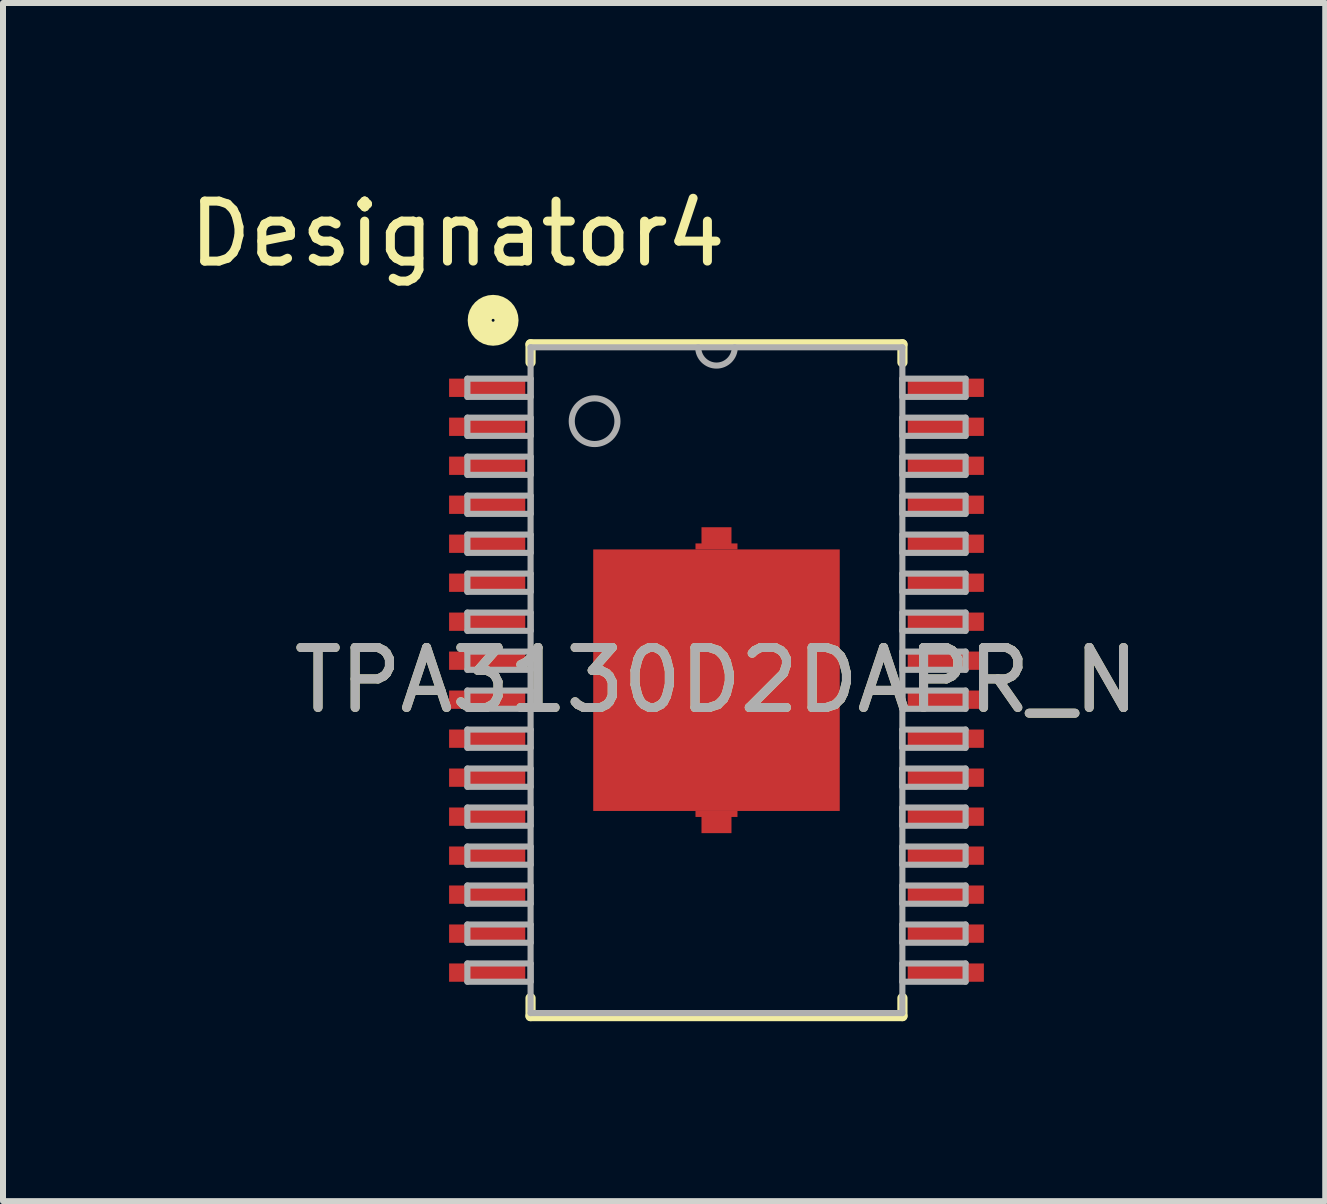
<source format=kicad_pcb>
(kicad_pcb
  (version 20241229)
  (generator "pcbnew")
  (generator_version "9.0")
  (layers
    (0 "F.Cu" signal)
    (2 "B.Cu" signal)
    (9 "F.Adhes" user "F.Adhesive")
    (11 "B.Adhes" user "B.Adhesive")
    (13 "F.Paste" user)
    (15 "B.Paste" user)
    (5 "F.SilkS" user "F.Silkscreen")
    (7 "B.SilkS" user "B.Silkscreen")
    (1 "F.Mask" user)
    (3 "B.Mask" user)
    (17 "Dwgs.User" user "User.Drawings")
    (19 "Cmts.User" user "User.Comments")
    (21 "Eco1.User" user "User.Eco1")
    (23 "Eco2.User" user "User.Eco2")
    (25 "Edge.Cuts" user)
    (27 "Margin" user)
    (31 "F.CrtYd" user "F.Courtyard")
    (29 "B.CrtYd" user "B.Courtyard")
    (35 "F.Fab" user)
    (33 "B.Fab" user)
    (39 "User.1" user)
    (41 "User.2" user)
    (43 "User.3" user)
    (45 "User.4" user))
  (footprint "TPA3130D2DAPR_N"
    (layer "F.Cu")
    (at 8.895 8.29)
    (property "Reference" "TPA3130D2DAPR_N" (at 0 0 0) (unlocked yes) (layer "F.SilkS") (effects (font (size 1 1) (thickness 0.15))))
    (attr smd)
    (fp_poly (pts (xy 0.35 -2.18) (xy -0.35 -2.18) (xy -0.35 -2.28) (xy -0.25 -2.28) (xy -0.25 -2.55) (xy 0.25 -2.55) (xy 0.25 -2.28) (xy 0.35 -2.28)) (stroke (width 0) (type solid)) (fill yes) (layer "F.Cu"))
    (fp_poly (pts (xy 0.35 2.18) (xy -0.35 2.18) (xy -0.35 2.28) (xy -0.25 2.28) (xy -0.25 2.55) (xy 0.25 2.55) (xy 0.25 2.28) (xy 0.35 2.28)) (stroke (width 0) (type solid)) (fill yes) (layer "F.Cu"))
    (fp_line (start -3.1 -5.6) (end 3.1 -5.6) (stroke (width 0.17) (type solid)) (layer "F.SilkS"))
    (fp_line (start -3.1 -5.3) (end -3.1 -5.6) (stroke (width 0.17) (type solid)) (layer "F.SilkS"))
    (fp_line (start -3.1 5.6) (end -3.1 5.3) (stroke (width 0.17) (type solid)) (layer "F.SilkS"))
    (fp_line (start -3.1 5.6) (end 3.1 5.6) (stroke (width 0.17) (type solid)) (layer "F.SilkS"))
    (fp_line (start 3.1 -5.3) (end 3.1 -5.6) (stroke (width 0.17) (type solid)) (layer "F.SilkS"))
    (fp_line (start 3.1 5.6) (end 3.1 5.3) (stroke (width 0.17) (type solid)) (layer "F.SilkS"))
    (fp_circle (center -3.724 -6) (end -3.5 -6) (stroke (width 0.4) (type solid)) (fill no) (layer "F.SilkS"))
    (fp_line (start -4.153 -5.027) (end -3.099 -5.027) (stroke (width 0.102) (type solid)) (layer "F.Fab"))
    (fp_line (start -4.153 -4.723) (end -4.153 -5.027) (stroke (width 0.102) (type solid)) (layer "F.Fab"))
    (fp_line (start -4.153 -4.723) (end -3.099 -4.723) (stroke (width 0.102) (type solid)) (layer "F.Fab"))
    (fp_line (start -4.153 -4.377) (end -3.099 -4.377) (stroke (width 0.102) (type solid)) (layer "F.Fab"))
    (fp_line (start -4.153 -4.073) (end -4.153 -4.377) (stroke (width 0.102) (type solid)) (layer "F.Fab"))
    (fp_line (start -4.153 -4.073) (end -3.099 -4.073) (stroke (width 0.102) (type solid)) (layer "F.Fab"))
    (fp_line (start -4.153 -3.727) (end -3.099 -3.727) (stroke (width 0.102) (type solid)) (layer "F.Fab"))
    (fp_line (start -4.153 -3.423) (end -4.153 -3.727) (stroke (width 0.102) (type solid)) (layer "F.Fab"))
    (fp_line (start -4.153 -3.423) (end -3.099 -3.423) (stroke (width 0.102) (type solid)) (layer "F.Fab"))
    (fp_line (start -4.153 -3.077) (end -3.099 -3.077) (stroke (width 0.102) (type solid)) (layer "F.Fab"))
    (fp_line (start -4.153 -2.773) (end -4.153 -3.077) (stroke (width 0.102) (type solid)) (layer "F.Fab"))
    (fp_line (start -4.153 -2.773) (end -3.099 -2.773) (stroke (width 0.102) (type solid)) (layer "F.Fab"))
    (fp_line (start -4.153 -2.427) (end -3.099 -2.427) (stroke (width 0.102) (type solid)) (layer "F.Fab"))
    (fp_line (start -4.153 -2.123) (end -4.153 -2.427) (stroke (width 0.102) (type solid)) (layer "F.Fab"))
    (fp_line (start -4.153 -2.123) (end -3.099 -2.123) (stroke (width 0.102) (type solid)) (layer "F.Fab"))
    (fp_line (start -4.153 -1.777) (end -3.099 -1.777) (stroke (width 0.102) (type solid)) (layer "F.Fab"))
    (fp_line (start -4.153 -1.473) (end -4.153 -1.777) (stroke (width 0.102) (type solid)) (layer "F.Fab"))
    (fp_line (start -4.153 -1.473) (end -3.099 -1.473) (stroke (width 0.102) (type solid)) (layer "F.Fab"))
    (fp_line (start -4.153 -1.127) (end -3.099 -1.127) (stroke (width 0.102) (type solid)) (layer "F.Fab"))
    (fp_line (start -4.153 -0.823) (end -4.153 -1.127) (stroke (width 0.102) (type solid)) (layer "F.Fab"))
    (fp_line (start -4.153 -0.823) (end -3.099 -0.823) (stroke (width 0.102) (type solid)) (layer "F.Fab"))
    (fp_line (start -4.153 -0.477) (end -3.099 -0.477) (stroke (width 0.102) (type solid)) (layer "F.Fab"))
    (fp_line (start -4.153 -0.173) (end -4.153 -0.477) (stroke (width 0.102) (type solid)) (layer "F.Fab"))
    (fp_line (start -4.153 -0.173) (end -3.099 -0.173) (stroke (width 0.102) (type solid)) (layer "F.Fab"))
    (fp_line (start -4.153 0.173) (end -3.099 0.173) (stroke (width 0.102) (type solid)) (layer "F.Fab"))
    (fp_line (start -4.153 0.477) (end -4.153 0.173) (stroke (width 0.102) (type solid)) (layer "F.Fab"))
    (fp_line (start -4.153 0.477) (end -3.099 0.477) (stroke (width 0.102) (type solid)) (layer "F.Fab"))
    (fp_line (start -4.153 0.823) (end -3.099 0.823) (stroke (width 0.102) (type solid)) (layer "F.Fab"))
    (fp_line (start -4.153 1.127) (end -4.153 0.823) (stroke (width 0.102) (type solid)) (layer "F.Fab"))
    (fp_line (start -4.153 1.127) (end -3.099 1.127) (stroke (width 0.102) (type solid)) (layer "F.Fab"))
    (fp_line (start -4.153 1.473) (end -3.099 1.473) (stroke (width 0.102) (type solid)) (layer "F.Fab"))
    (fp_line (start -4.153 1.777) (end -4.153 1.473) (stroke (width 0.102) (type solid)) (layer "F.Fab"))
    (fp_line (start -4.153 1.777) (end -3.099 1.777) (stroke (width 0.102) (type solid)) (layer "F.Fab"))
    (fp_line (start -4.153 2.123) (end -3.099 2.123) (stroke (width 0.102) (type solid)) (layer "F.Fab"))
    (fp_line (start -4.153 2.427) (end -4.153 2.123) (stroke (width 0.102) (type solid)) (layer "F.Fab"))
    (fp_line (start -4.153 2.427) (end -3.099 2.427) (stroke (width 0.102) (type solid)) (layer "F.Fab"))
    (fp_line (start -4.153 2.773) (end -3.099 2.773) (stroke (width 0.102) (type solid)) (layer "F.Fab"))
    (fp_line (start -4.153 3.077) (end -4.153 2.773) (stroke (width 0.102) (type solid)) (layer "F.Fab"))
    (fp_line (start -4.153 3.077) (end -3.099 3.077) (stroke (width 0.102) (type solid)) (layer "F.Fab"))
    (fp_line (start -4.153 3.423) (end -3.099 3.423) (stroke (width 0.102) (type solid)) (layer "F.Fab"))
    (fp_line (start -4.153 3.727) (end -4.153 3.423) (stroke (width 0.102) (type solid)) (layer "F.Fab"))
    (fp_line (start -4.153 3.727) (end -3.099 3.727) (stroke (width 0.102) (type solid)) (layer "F.Fab"))
    (fp_line (start -4.153 4.073) (end -3.099 4.073) (stroke (width 0.102) (type solid)) (layer "F.Fab"))
    (fp_line (start -4.153 4.377) (end -4.153 4.073) (stroke (width 0.102) (type solid)) (layer "F.Fab"))
    (fp_line (start -4.153 4.377) (end -3.099 4.377) (stroke (width 0.102) (type solid)) (layer "F.Fab"))
    (fp_line (start -4.153 4.723) (end -3.099 4.723) (stroke (width 0.102) (type solid)) (layer "F.Fab"))
    (fp_line (start -4.153 5.027) (end -4.153 4.723) (stroke (width 0.102) (type solid)) (layer "F.Fab"))
    (fp_line (start -4.153 5.027) (end -3.099 5.027) (stroke (width 0.102) (type solid)) (layer "F.Fab"))
    (fp_line (start -3.099 -5.55) (end 3.099 -5.55) (stroke (width 0.102) (type solid)) (layer "F.Fab"))
    (fp_line (start -3.099 -4.723) (end -3.099 -5.027) (stroke (width 0.102) (type solid)) (layer "F.Fab"))
    (fp_line (start -3.099 -4.073) (end -3.099 -4.377) (stroke (width 0.102) (type solid)) (layer "F.Fab"))
    (fp_line (start -3.099 -3.423) (end -3.099 -3.727) (stroke (width 0.102) (type solid)) (layer "F.Fab"))
    (fp_line (start -3.099 -2.773) (end -3.099 -3.077) (stroke (width 0.102) (type solid)) (layer "F.Fab"))
    (fp_line (start -3.099 -2.123) (end -3.099 -2.427) (stroke (width 0.102) (type solid)) (layer "F.Fab"))
    (fp_line (start -3.099 -1.473) (end -3.099 -1.777) (stroke (width 0.102) (type solid)) (layer "F.Fab"))
    (fp_line (start -3.099 -0.823) (end -3.099 -1.127) (stroke (width 0.102) (type solid)) (layer "F.Fab"))
    (fp_line (start -3.099 -0.173) (end -3.099 -0.477) (stroke (width 0.102) (type solid)) (layer "F.Fab"))
    (fp_line (start -3.099 0.477) (end -3.099 0.173) (stroke (width 0.102) (type solid)) (layer "F.Fab"))
    (fp_line (start -3.099 1.127) (end -3.099 0.823) (stroke (width 0.102) (type solid)) (layer "F.Fab"))
    (fp_line (start -3.099 1.777) (end -3.099 1.473) (stroke (width 0.102) (type solid)) (layer "F.Fab"))
    (fp_line (start -3.099 2.427) (end -3.099 2.123) (stroke (width 0.102) (type solid)) (layer "F.Fab"))
    (fp_line (start -3.099 3.077) (end -3.099 2.773) (stroke (width 0.102) (type solid)) (layer "F.Fab"))
    (fp_line (start -3.099 3.727) (end -3.099 3.423) (stroke (width 0.102) (type solid)) (layer "F.Fab"))
    (fp_line (start -3.099 4.377) (end -3.099 4.073) (stroke (width 0.102) (type solid)) (layer "F.Fab"))
    (fp_line (start -3.099 5.027) (end -3.099 4.723) (stroke (width 0.102) (type solid)) (layer "F.Fab"))
    (fp_line (start -3.099 5.55) (end -3.099 -5.55) (stroke (width 0.102) (type solid)) (layer "F.Fab"))
    (fp_line (start -3.099 5.55) (end 3.099 5.55) (stroke (width 0.102) (type solid)) (layer "F.Fab"))
    (fp_line (start 3.099 -5.027) (end 4.153 -5.027) (stroke (width 0.102) (type solid)) (layer "F.Fab"))
    (fp_line (start 3.099 -4.723) (end 3.099 -5.027) (stroke (width 0.102) (type solid)) (layer "F.Fab"))
    (fp_line (start 3.099 -4.723) (end 4.153 -4.723) (stroke (width 0.102) (type solid)) (layer "F.Fab"))
    (fp_line (start 3.099 -4.377) (end 4.153 -4.377) (stroke (width 0.102) (type solid)) (layer "F.Fab"))
    (fp_line (start 3.099 -4.073) (end 3.099 -4.377) (stroke (width 0.102) (type solid)) (layer "F.Fab"))
    (fp_line (start 3.099 -4.073) (end 4.153 -4.073) (stroke (width 0.102) (type solid)) (layer "F.Fab"))
    (fp_line (start 3.099 -3.727) (end 4.153 -3.727) (stroke (width 0.102) (type solid)) (layer "F.Fab"))
    (fp_line (start 3.099 -3.423) (end 3.099 -3.727) (stroke (width 0.102) (type solid)) (layer "F.Fab"))
    (fp_line (start 3.099 -3.423) (end 4.153 -3.423) (stroke (width 0.102) (type solid)) (layer "F.Fab"))
    (fp_line (start 3.099 -3.077) (end 4.153 -3.077) (stroke (width 0.102) (type solid)) (layer "F.Fab"))
    (fp_line (start 3.099 -2.773) (end 3.099 -3.077) (stroke (width 0.102) (type solid)) (layer "F.Fab"))
    (fp_line (start 3.099 -2.773) (end 4.153 -2.773) (stroke (width 0.102) (type solid)) (layer "F.Fab"))
    (fp_line (start 3.099 -2.427) (end 4.153 -2.427) (stroke (width 0.102) (type solid)) (layer "F.Fab"))
    (fp_line (start 3.099 -2.123) (end 3.099 -2.427) (stroke (width 0.102) (type solid)) (layer "F.Fab"))
    (fp_line (start 3.099 -2.123) (end 4.153 -2.123) (stroke (width 0.102) (type solid)) (layer "F.Fab"))
    (fp_line (start 3.099 -1.777) (end 4.153 -1.777) (stroke (width 0.102) (type solid)) (layer "F.Fab"))
    (fp_line (start 3.099 -1.473) (end 3.099 -1.777) (stroke (width 0.102) (type solid)) (layer "F.Fab"))
    (fp_line (start 3.099 -1.473) (end 4.153 -1.473) (stroke (width 0.102) (type solid)) (layer "F.Fab"))
    (fp_line (start 3.099 -1.127) (end 4.153 -1.127) (stroke (width 0.102) (type solid)) (layer "F.Fab"))
    (fp_line (start 3.099 -0.823) (end 3.099 -1.127) (stroke (width 0.102) (type solid)) (layer "F.Fab"))
    (fp_line (start 3.099 -0.823) (end 4.153 -0.823) (stroke (width 0.102) (type solid)) (layer "F.Fab"))
    (fp_line (start 3.099 -0.477) (end 4.153 -0.477) (stroke (width 0.102) (type solid)) (layer "F.Fab"))
    (fp_line (start 3.099 -0.173) (end 3.099 -0.477) (stroke (width 0.102) (type solid)) (layer "F.Fab"))
    (fp_line (start 3.099 -0.173) (end 4.153 -0.173) (stroke (width 0.102) (type solid)) (layer "F.Fab"))
    (fp_line (start 3.099 0.173) (end 4.153 0.173) (stroke (width 0.102) (type solid)) (layer "F.Fab"))
    (fp_line (start 3.099 0.477) (end 3.099 0.173) (stroke (width 0.102) (type solid)) (layer "F.Fab"))
    (fp_line (start 3.099 0.477) (end 4.153 0.477) (stroke (width 0.102) (type solid)) (layer "F.Fab"))
    (fp_line (start 3.099 0.823) (end 4.153 0.823) (stroke (width 0.102) (type solid)) (layer "F.Fab"))
    (fp_line (start 3.099 1.127) (end 3.099 0.823) (stroke (width 0.102) (type solid)) (layer "F.Fab"))
    (fp_line (start 3.099 1.127) (end 4.153 1.127) (stroke (width 0.102) (type solid)) (layer "F.Fab"))
    (fp_line (start 3.099 1.473) (end 4.153 1.473) (stroke (width 0.102) (type solid)) (layer "F.Fab"))
    (fp_line (start 3.099 1.777) (end 3.099 1.473) (stroke (width 0.102) (type solid)) (layer "F.Fab"))
    (fp_line (start 3.099 1.777) (end 4.153 1.777) (stroke (width 0.102) (type solid)) (layer "F.Fab"))
    (fp_line (start 3.099 2.123) (end 4.153 2.123) (stroke (width 0.102) (type solid)) (layer "F.Fab"))
    (fp_line (start 3.099 2.427) (end 3.099 2.123) (stroke (width 0.102) (type solid)) (layer "F.Fab"))
    (fp_line (start 3.099 2.427) (end 4.153 2.427) (stroke (width 0.102) (type solid)) (layer "F.Fab"))
    (fp_line (start 3.099 2.773) (end 4.153 2.773) (stroke (width 0.102) (type solid)) (layer "F.Fab"))
    (fp_line (start 3.099 3.077) (end 3.099 2.773) (stroke (width 0.102) (type solid)) (layer "F.Fab"))
    (fp_line (start 3.099 3.077) (end 4.153 3.077) (stroke (width 0.102) (type solid)) (layer "F.Fab"))
    (fp_line (start 3.099 3.423) (end 4.153 3.423) (stroke (width 0.102) (type solid)) (layer "F.Fab"))
    (fp_line (start 3.099 3.727) (end 3.099 3.423) (stroke (width 0.102) (type solid)) (layer "F.Fab"))
    (fp_line (start 3.099 3.727) (end 4.153 3.727) (stroke (width 0.102) (type solid)) (layer "F.Fab"))
    (fp_line (start 3.099 4.073) (end 4.153 4.073) (stroke (width 0.102) (type solid)) (layer "F.Fab"))
    (fp_line (start 3.099 4.377) (end 3.099 4.073) (stroke (width 0.102) (type solid)) (layer "F.Fab"))
    (fp_line (start 3.099 4.377) (end 4.153 4.377) (stroke (width 0.102) (type solid)) (layer "F.Fab"))
    (fp_line (start 3.099 4.723) (end 4.153 4.723) (stroke (width 0.102) (type solid)) (layer "F.Fab"))
    (fp_line (start 3.099 5.027) (end 3.099 4.723) (stroke (width 0.102) (type solid)) (layer "F.Fab"))
    (fp_line (start 3.099 5.027) (end 4.153 5.027) (stroke (width 0.102) (type solid)) (layer "F.Fab"))
    (fp_line (start 3.099 5.55) (end 3.099 -5.55) (stroke (width 0.102) (type solid)) (layer "F.Fab"))
    (fp_line (start 4.153 -4.723) (end 4.153 -5.027) (stroke (width 0.102) (type solid)) (layer "F.Fab"))
    (fp_line (start 4.153 -4.073) (end 4.153 -4.377) (stroke (width 0.102) (type solid)) (layer "F.Fab"))
    (fp_line (start 4.153 -3.423) (end 4.153 -3.727) (stroke (width 0.102) (type solid)) (layer "F.Fab"))
    (fp_line (start 4.153 -2.773) (end 4.153 -3.077) (stroke (width 0.102) (type solid)) (layer "F.Fab"))
    (fp_line (start 4.153 -2.123) (end 4.153 -2.427) (stroke (width 0.102) (type solid)) (layer "F.Fab"))
    (fp_line (start 4.153 -1.473) (end 4.153 -1.777) (stroke (width 0.102) (type solid)) (layer "F.Fab"))
    (fp_line (start 4.153 -0.823) (end 4.153 -1.127) (stroke (width 0.102) (type solid)) (layer "F.Fab"))
    (fp_line (start 4.153 -0.173) (end 4.153 -0.477) (stroke (width 0.102) (type solid)) (layer "F.Fab"))
    (fp_line (start 4.153 0.477) (end 4.153 0.173) (stroke (width 0.102) (type solid)) (layer "F.Fab"))
    (fp_line (start 4.153 1.127) (end 4.153 0.823) (stroke (width 0.102) (type solid)) (layer "F.Fab"))
    (fp_line (start 4.153 1.777) (end 4.153 1.473) (stroke (width 0.102) (type solid)) (layer "F.Fab"))
    (fp_line (start 4.153 2.427) (end 4.153 2.123) (stroke (width 0.102) (type solid)) (layer "F.Fab"))
    (fp_line (start 4.153 3.077) (end 4.153 2.773) (stroke (width 0.102) (type solid)) (layer "F.Fab"))
    (fp_line (start 4.153 3.727) (end 4.153 3.423) (stroke (width 0.102) (type solid)) (layer "F.Fab"))
    (fp_line (start 4.153 4.377) (end 4.153 4.073) (stroke (width 0.102) (type solid)) (layer "F.Fab"))
    (fp_line (start 4.153 5.027) (end 4.153 4.723) (stroke (width 0.102) (type solid)) (layer "F.Fab"))
    (fp_arc (start 0.3048 -5.5499) (mid 0 -5.2451) (end -0.3048 -5.5499) (stroke (width 0.1016) (type solid)) (layer "F.Fab"))
    (fp_circle (center -2.032 -4.318) (end -1.651 -4.318) (stroke (width 0.102) (type solid)) (fill no) (layer "F.Fab"))
    (fp_text user "Designator4" (at -4.318 -7.442 0) (unlocked yes) (layer "F.SilkS") (effects (font (size 1 1) (thickness 0.15))))
    (fp_text user "${REFERENCE}" (at 0 0 0) (unlocked yes) (layer "F.Fab") (effects (font (size 1 1) (thickness 0.15))))
    (pad "1" smd rect (at -3.823 -4.875) (size 1.27 0.305) (layers "F.Cu" "F.Mask" "F.Paste"))
    (pad "2" smd rect (at -3.823 -4.225) (size 1.27 0.305) (layers "F.Cu" "F.Mask" "F.Paste"))
    (pad "3" smd rect (at -3.823 -3.575) (size 1.27 0.305) (layers "F.Cu" "F.Mask" "F.Paste"))
    (pad "4" smd rect (at -3.823 -2.925) (size 1.27 0.305) (layers "F.Cu" "F.Mask" "F.Paste"))
    (pad "5" smd rect (at -3.823 -2.275) (size 1.27 0.305) (layers "F.Cu" "F.Mask" "F.Paste"))
    (pad "6" smd rect (at -3.823 -1.625) (size 1.27 0.305) (layers "F.Cu" "F.Mask" "F.Paste"))
    (pad "7" smd rect (at -3.823 -0.975) (size 1.27 0.305) (layers "F.Cu" "F.Mask" "F.Paste"))
    (pad "8" smd rect (at -3.823 -0.325) (size 1.27 0.305) (layers "F.Cu" "F.Mask" "F.Paste"))
    (pad "9" smd rect (at -3.823 0.325) (size 1.27 0.305) (layers "F.Cu" "F.Mask" "F.Paste"))
    (pad "10" smd rect (at -3.823 0.975) (size 1.27 0.305) (layers "F.Cu" "F.Mask" "F.Paste"))
    (pad "11" smd rect (at -3.823 1.625) (size 1.27 0.305) (layers "F.Cu" "F.Mask" "F.Paste"))
    (pad "12" smd rect (at -3.823 2.275) (size 1.27 0.305) (layers "F.Cu" "F.Mask" "F.Paste"))
    (pad "13" smd rect (at -3.823 2.925) (size 1.27 0.305) (layers "F.Cu" "F.Mask" "F.Paste"))
    (pad "14" smd rect (at -3.823 3.575) (size 1.27 0.305) (layers "F.Cu" "F.Mask" "F.Paste"))
    (pad "15" smd rect (at -3.823 4.225) (size 1.27 0.305) (layers "F.Cu" "F.Mask" "F.Paste"))
    (pad "16" smd rect (at -3.823 4.875) (size 1.27 0.305) (layers "F.Cu" "F.Mask" "F.Paste"))
    (pad "17" smd rect (at 3.823 4.875) (size 1.27 0.305) (layers "F.Cu" "F.Mask" "F.Paste"))
    (pad "18" smd rect (at 3.823 4.225) (size 1.27 0.305) (layers "F.Cu" "F.Mask" "F.Paste"))
    (pad "19" smd rect (at 3.823 3.575) (size 1.27 0.305) (layers "F.Cu" "F.Mask" "F.Paste"))
    (pad "20" smd rect (at 3.823 2.925) (size 1.27 0.305) (layers "F.Cu" "F.Mask" "F.Paste"))
    (pad "21" smd rect (at 3.823 2.275) (size 1.27 0.305) (layers "F.Cu" "F.Mask" "F.Paste"))
    (pad "22" smd rect (at 3.823 1.625) (size 1.27 0.305) (layers "F.Cu" "F.Mask" "F.Paste"))
    (pad "23" smd rect (at 3.823 0.975) (size 1.27 0.305) (layers "F.Cu" "F.Mask" "F.Paste"))
    (pad "24" smd rect (at 3.823 0.325) (size 1.27 0.305) (layers "F.Cu" "F.Mask" "F.Paste"))
    (pad "25" smd rect (at 3.823 -0.325) (size 1.27 0.305) (layers "F.Cu" "F.Mask" "F.Paste"))
    (pad "26" smd rect (at 3.823 -0.975) (size 1.27 0.305) (layers "F.Cu" "F.Mask" "F.Paste"))
    (pad "27" smd rect (at 3.823 -1.625) (size 1.27 0.305) (layers "F.Cu" "F.Mask" "F.Paste"))
    (pad "28" smd rect (at 3.823 -2.275) (size 1.27 0.305) (layers "F.Cu" "F.Mask" "F.Paste"))
    (pad "29" smd rect (at 3.823 -2.925) (size 1.27 0.305) (layers "F.Cu" "F.Mask" "F.Paste"))
    (pad "30" smd rect (at 3.823 -3.575) (size 1.27 0.305) (layers "F.Cu" "F.Mask" "F.Paste"))
    (pad "31" smd rect (at 3.823 -4.225) (size 1.27 0.305) (layers "F.Cu" "F.Mask" "F.Paste"))
    (pad "32" smd rect (at 3.823 -4.875) (size 1.27 0.305) (layers "F.Cu" "F.Mask" "F.Paste"))
    (pad "33" smd rect (at 0 0) (size 4.11 4.36) (layers "F.Cu" "F.Mask" "F.Paste")))
  (gr_rect
    (start -3 -3)
    (end 19.044 16.975)
    (stroke (width 0.1) (type default))
    (fill no)
    (layer "Edge.Cuts")))
</source>
